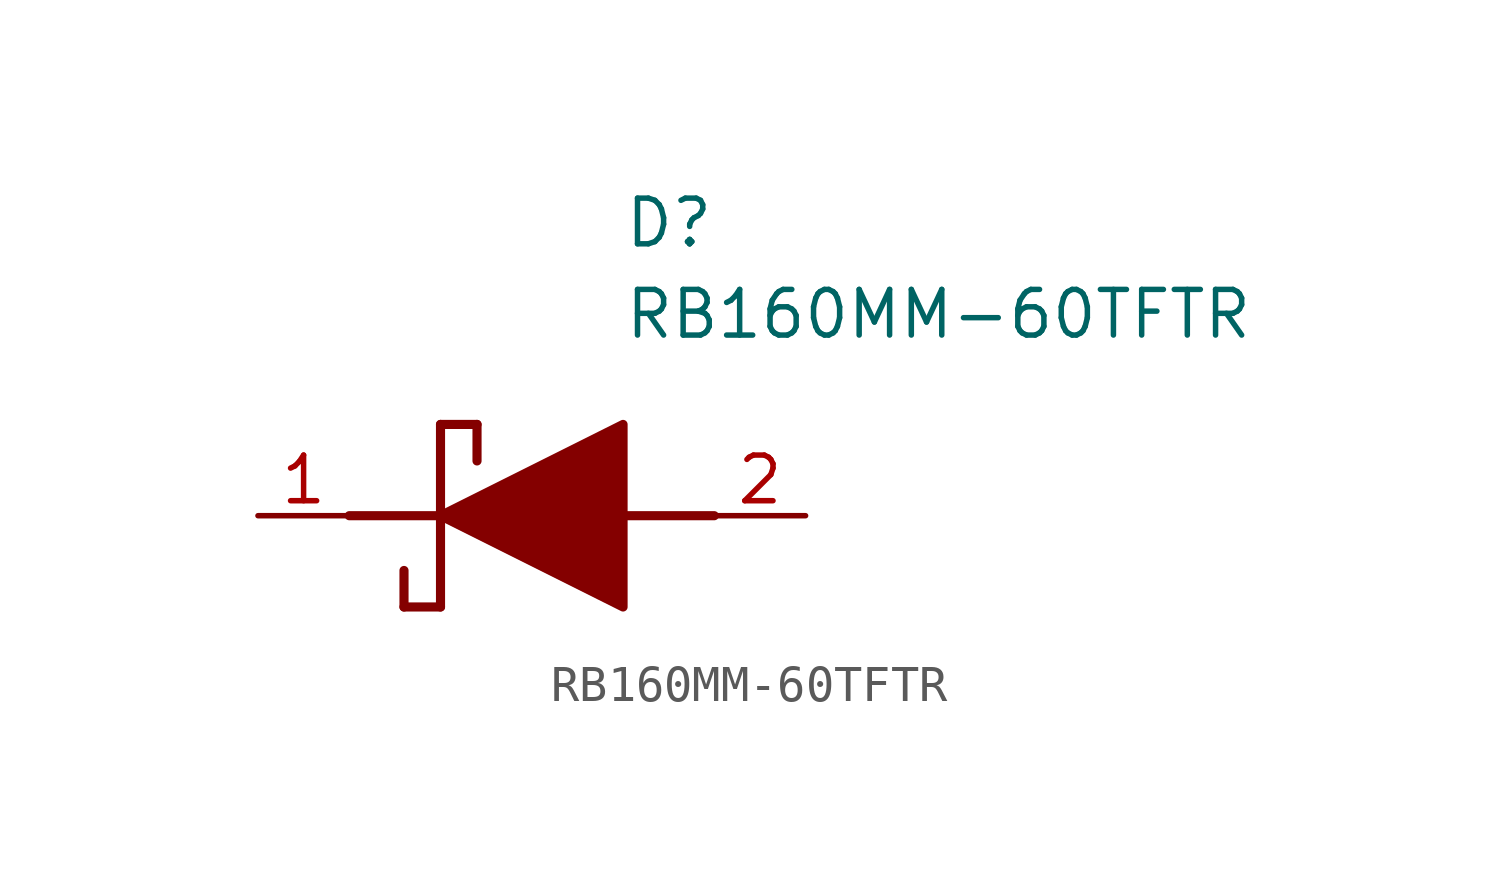
<source format=kicad_sym>
(kicad_symbol_lib
  (version 20211014)
  (generator SamacSys_ECAD_Model)
  (symbol "RB160MM-60TFTR"
    (pin_names hide)
    (property "Reference" "D"
      (at 12.7 8.89 0)
      (effects (font (size 1.27 1.27)) (justify left top)))
    (property "Value" "RB160MM-60TFTR"
      (at 12.7 6.35 0)
      (effects (font (size 1.27 1.27)) (justify left top)))
    (polyline
      (pts (xy 7.62 2.54) (xy 7.62 -2.54))
      (stroke (width 0.254) (type default))
      (fill (type none)))
    (polyline
      (pts (xy 7.62 2.54) (xy 8.636 2.54))
      (stroke (width 0.254) (type default))
      (fill (type none)))
    (polyline
      (pts (xy 8.636 1.524) (xy 8.636 2.54))
      (stroke (width 0.254) (type default))
      (fill (type none)))
    (polyline
      (pts (xy 7.62 -2.54) (xy 6.604 -2.54))
      (stroke (width 0.254) (type default))
      (fill (type none)))
    (polyline
      (pts (xy 6.604 -1.524) (xy 6.604 -2.54))
      (stroke (width 0.254) (type default))
      (fill (type none)))
    (polyline
      (pts (xy 5.08 0) (xy 7.62 0))
      (stroke (width 0.254) (type default))
      (fill (type none)))
    (polyline
      (pts (xy 12.7 0) (xy 15.24 0))
      (stroke (width 0.254) (type default))
      (fill (type none)))
    (polyline
      (pts (xy 7.62 0) (xy 12.7 2.54) (xy 12.7 -2.54) (xy 7.62 0))
      (stroke (width 0.254) (type default))
      (fill (type outline)))
    (pin passive line
      (at 2.54 0 0)
      (length 2.54)
      (name "K" (effects (font (size 1.27 1.27))))
      (number "1" (effects (font (size 1.27 1.27)))))
    (pin passive line
      (at 17.78 0 180)
      (length 2.54)
      (name "A" (effects (font (size 1.27 1.27))))
      (number "2" (effects (font (size 1.27 1.27)))))))
</source>
